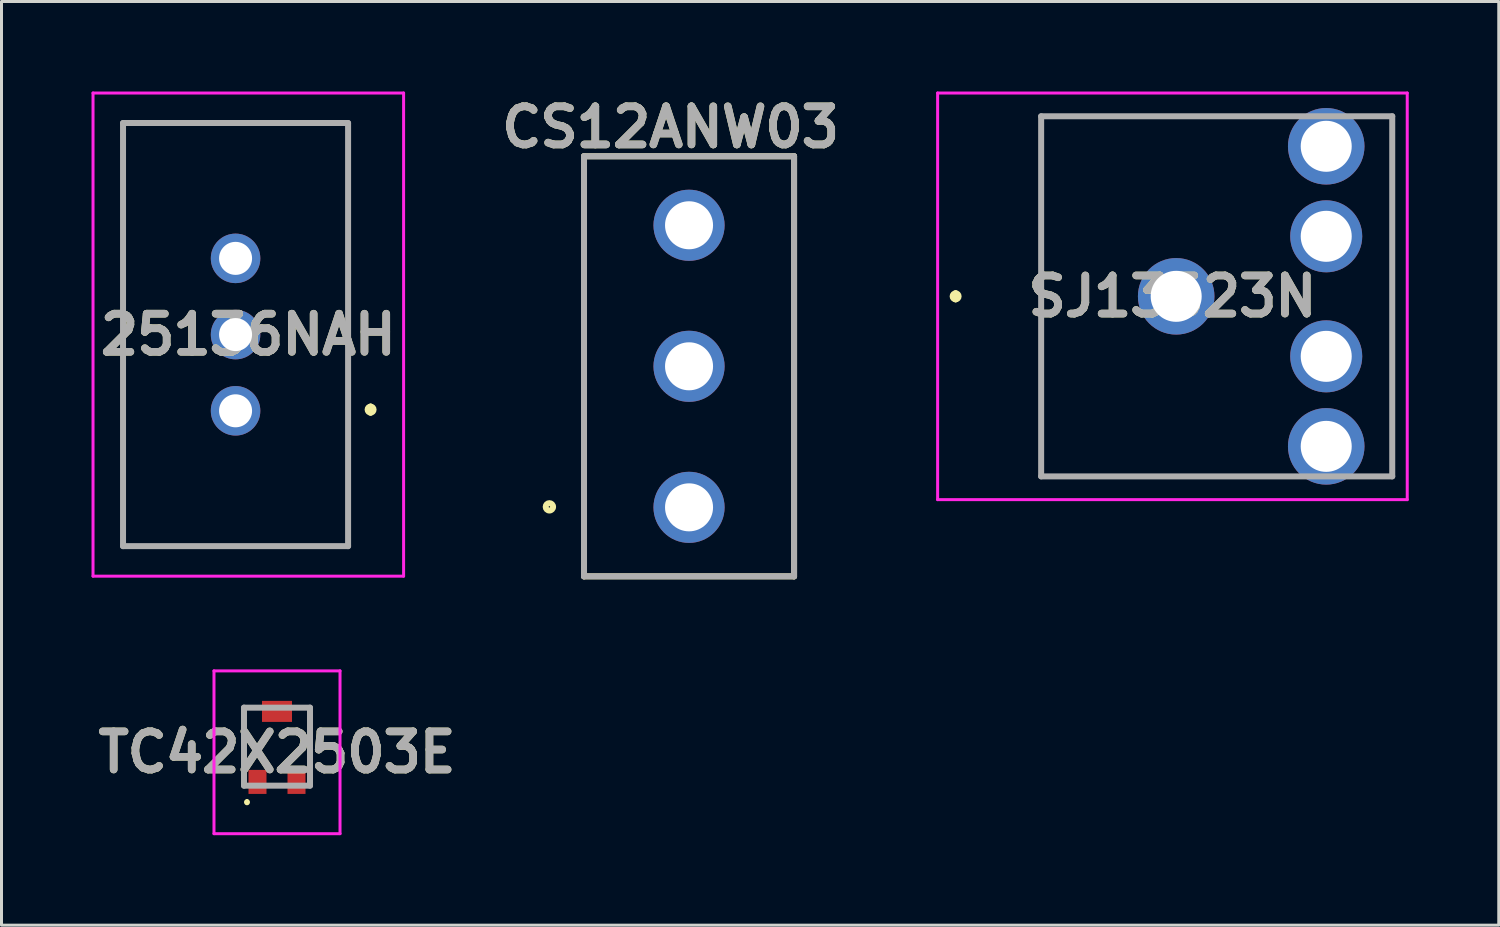
<source format=kicad_pcb>
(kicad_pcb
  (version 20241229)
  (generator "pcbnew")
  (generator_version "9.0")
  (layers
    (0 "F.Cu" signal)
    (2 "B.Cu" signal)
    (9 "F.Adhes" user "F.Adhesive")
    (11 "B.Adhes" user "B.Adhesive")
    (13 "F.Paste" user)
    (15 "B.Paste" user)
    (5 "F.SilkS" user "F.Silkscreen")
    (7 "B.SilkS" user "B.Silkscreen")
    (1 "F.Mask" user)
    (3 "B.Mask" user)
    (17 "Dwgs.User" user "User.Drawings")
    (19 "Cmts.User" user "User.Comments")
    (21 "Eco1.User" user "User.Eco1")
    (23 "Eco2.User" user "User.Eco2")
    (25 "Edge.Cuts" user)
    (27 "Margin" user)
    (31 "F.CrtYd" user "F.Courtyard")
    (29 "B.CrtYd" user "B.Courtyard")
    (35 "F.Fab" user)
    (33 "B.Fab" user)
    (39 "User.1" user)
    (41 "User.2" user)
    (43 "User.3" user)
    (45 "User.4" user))
  (footprint "CS12ANW03"
    (layer "F.Cu")
    (at 19.912 9.157)
    (property "Reference" "CS12ANW03" (at -0.614 -7.968 0) (layer "F.SilkS") (effects (font (size 1.27 1.27) (thickness 0.254))))
    (attr through_hole)
    (fp_line (start -3.5 -7) (end 3.5 -7) (stroke (width 0.2) (type solid)) (layer "F.SilkS"))
    (fp_line (start -3.5 7) (end -3.5 -7) (stroke (width 0.2) (type solid)) (layer "F.SilkS"))
    (fp_line (start 3.5 -7) (end 3.5 7) (stroke (width 0.2) (type solid)) (layer "F.SilkS"))
    (fp_line (start 3.5 7) (end -3.5 7) (stroke (width 0.2) (type solid)) (layer "F.SilkS"))
    (fp_circle (center -4.654 4.683) (end -4.654 4.806) (stroke (width 0.2) (type solid)) (fill no) (layer "F.SilkS"))
    (fp_line (start -3.5 -7) (end 3.5 -7) (stroke (width 0.2) (type solid)) (layer "F.Fab"))
    (fp_line (start -3.5 7) (end -3.5 -7) (stroke (width 0.2) (type solid)) (layer "F.Fab"))
    (fp_line (start 3.5 -7) (end 3.5 7) (stroke (width 0.2) (type solid)) (layer "F.Fab"))
    (fp_line (start 3.5 7) (end -3.5 7) (stroke (width 0.2) (type solid)) (layer "F.Fab"))
    (fp_text user "${REFERENCE}" (at -0.614 -7.968 0) (layer "F.Fab") (effects (font (size 1.27 1.27) (thickness 0.254))))
    (pad "1" thru_hole circle (at 0 4.7) (size 2.37 2.37) (drill 1.6) (layers "*.Cu" "*.Mask"))
    (pad "2" thru_hole circle (at 0 0) (size 2.37 2.37) (drill 1.6) (layers "*.Cu" "*.Mask"))
    (pad "3" thru_hole circle (at 0 -4.7) (size 2.37 2.37) (drill 1.6) (layers "*.Cu" "*.Mask")))
  (footprint "SJ13523N"
    (layer "F.Cu")
    (at 31.646 6.825)
    (property "Reference" "SJ13523N" (at 4.375 0 0) (layer "F.SilkS") (effects (font (size 1.27 1.27) (thickness 0.254))))
    (attr through_hole)
    (fp_line (start -2.85 -0.1) (end -2.85 -0.1) (stroke (width 0.2) (type solid)) (layer "F.SilkS"))
    (fp_line (start -2.85 0.1) (end -2.85 0.1) (stroke (width 0.2) (type solid)) (layer "F.SilkS"))
    (fp_line (start 0 -4) (end 0 4) (stroke (width 0.1) (type solid)) (layer "F.SilkS"))
    (fp_line (start 5.2 -6) (end 8.2 -6) (stroke (width 0.1) (type solid)) (layer "F.SilkS"))
    (fp_line (start 5.2 6) (end 8.2 6) (stroke (width 0.1) (type solid)) (layer "F.SilkS"))
    (fp_line (start 11.2 -6) (end 11.7 -6) (stroke (width 0.1) (type solid)) (layer "F.SilkS"))
    (fp_line (start 11.7 -6) (end 11.7 6) (stroke (width 0.1) (type solid)) (layer "F.SilkS"))
    (fp_line (start 11.7 6) (end 11.2 6) (stroke (width 0.1) (type solid)) (layer "F.SilkS"))
    (fp_arc (start -2.85 -0.1) (mid -2.75 0) (end -2.85 0.1) (stroke (width 0.2) (type solid)) (layer "F.SilkS"))
    (fp_arc (start -2.85 0.1) (mid -2.95 0) (end -2.85 -0.1) (stroke (width 0.2) (type solid)) (layer "F.SilkS"))
    (fp_line (start -3.45 -6.775) (end 12.2 -6.775) (stroke (width 0.1) (type solid)) (layer "F.CrtYd"))
    (fp_line (start -3.45 6.775) (end -3.45 -6.775) (stroke (width 0.1) (type solid)) (layer "F.CrtYd"))
    (fp_line (start 12.2 -6.775) (end 12.2 6.775) (stroke (width 0.1) (type solid)) (layer "F.CrtYd"))
    (fp_line (start 12.2 6.775) (end -3.45 6.775) (stroke (width 0.1) (type solid)) (layer "F.CrtYd"))
    (fp_line (start 0 -6) (end 11.7 -6) (stroke (width 0.2) (type solid)) (layer "F.Fab"))
    (fp_line (start 0 6) (end 0 -6) (stroke (width 0.2) (type solid)) (layer "F.Fab"))
    (fp_line (start 11.7 -6) (end 11.7 6) (stroke (width 0.2) (type solid)) (layer "F.Fab"))
    (fp_line (start 11.7 6) (end 0 6) (stroke (width 0.2) (type solid)) (layer "F.Fab"))
    (fp_text user "${REFERENCE}" (at 4.375 0 0) (layer "F.Fab") (effects (font (size 1.27 1.27) (thickness 0.254))))
    (pad "" np_thru_hole circle (at 2 -5) (size 0.001 0.001) (drill 1.2) (layers "*.Cu" "*.Mask"))
    (pad "" np_thru_hole circle (at 2 5) (size 0.001 0.001) (drill 1.2) (layers "*.Cu" "*.Mask"))
    (pad "" np_thru_hole circle (at 4.5 -5) (size 0.001 0.001) (drill 1.2) (layers "*.Cu" "*.Mask"))
    (pad "" np_thru_hole circle (at 4.5 5) (size 0.001 0.001) (drill 1.2) (layers "*.Cu" "*.Mask"))
    (pad "" np_thru_hole circle (at 9.5 0) (size 0.001 0.001) (drill 1.2) (layers "*.Cu" "*.Mask"))
    (pad "1" thru_hole circle (at 4.5 0) (size 2.55 2.55) (drill 1.7) (layers "*.Cu" "*.Mask"))
    (pad "2" thru_hole circle (at 9.5 5) (size 2.55 2.55) (drill 1.7) (layers "*.Cu" "*.Mask"))
    (pad "3" thru_hole circle (at 9.5 -5) (size 2.55 2.55) (drill 1.7) (layers "*.Cu" "*.Mask"))
    (pad "10" thru_hole circle (at 9.5 2) (size 2.4 2.4) (drill 1.7) (layers "*.Cu" "*.Mask"))
    (pad "11" thru_hole circle (at 9.5 -2) (size 2.4 2.4) (drill 1.7) (layers "*.Cu" "*.Mask")))
  (footprint "TC42X2503E"
    (layer "F.Cu")
    (at 6.181 21.832)
    (property "Reference" "TC42X2503E" (at 0 0.187 0) (layer "F.SilkS") (effects (font (size 1.27 1.27) (thickness 0.254))))
    (attr smd)
    (fp_line (start -1.1 -1.3) (end -1.1 0.6) (stroke (width 0.1) (type solid)) (layer "F.SilkS"))
    (fp_line (start -1 1.8) (end -1 1.8) (stroke (width 0.1) (type solid)) (layer "F.SilkS"))
    (fp_line (start -1 1.9) (end -1 1.9) (stroke (width 0.1) (type solid)) (layer "F.SilkS"))
    (fp_line (start -0.8 -1.3) (end -1.1 -1.3) (stroke (width 0.1) (type solid)) (layer "F.SilkS"))
    (fp_line (start 0.8 -1.3) (end 1.1 -1.3) (stroke (width 0.1) (type solid)) (layer "F.SilkS"))
    (fp_line (start 1.1 -1.3) (end 1.1 0.6) (stroke (width 0.1) (type solid)) (layer "F.SilkS"))
    (fp_arc (start -1 1.8) (mid -0.95 1.85) (end -1 1.9) (stroke (width 0.1) (type solid)) (layer "F.SilkS"))
    (fp_arc (start -1 1.9) (mid -1.05 1.85) (end -1 1.8) (stroke (width 0.1) (type solid)) (layer "F.SilkS"))
    (fp_line (start -2.1 -2.525) (end 2.1 -2.525) (stroke (width 0.1) (type solid)) (layer "F.CrtYd"))
    (fp_line (start -2.1 2.9) (end -2.1 -2.525) (stroke (width 0.1) (type solid)) (layer "F.CrtYd"))
    (fp_line (start 2.1 -2.525) (end 2.1 2.9) (stroke (width 0.1) (type solid)) (layer "F.CrtYd"))
    (fp_line (start 2.1 2.9) (end -2.1 2.9) (stroke (width 0.1) (type solid)) (layer "F.CrtYd"))
    (fp_line (start -1.1 -1.3) (end 1.1 -1.3) (stroke (width 0.2) (type solid)) (layer "F.Fab"))
    (fp_line (start -1.1 1.3) (end -1.1 -1.3) (stroke (width 0.2) (type solid)) (layer "F.Fab"))
    (fp_line (start 1.1 -1.3) (end 1.1 1.3) (stroke (width 0.2) (type solid)) (layer "F.Fab"))
    (fp_line (start 1.1 1.3) (end -1.1 1.3) (stroke (width 0.2) (type solid)) (layer "F.Fab"))
    (fp_text user "${REFERENCE}" (at 0 0.187 0) (layer "F.Fab") (effects (font (size 1.27 1.27) (thickness 0.254))))
    (pad "1" smd rect (at -0.65 1.175) (size 0.6 0.8) (layers "F.Cu" "F.Mask" "F.Paste"))
    (pad "2" smd rect (at 0 -1.175 90) (size 0.7 1) (layers "F.Cu" "F.Mask" "F.Paste"))
    (pad "3" smd rect (at 0.65 1.175) (size 0.6 0.8) (layers "F.Cu" "F.Mask" "F.Paste")))
  (footprint "25136NAH"
    (layer "F.Cu")
    (at 5.225 8.1)
    (property "Reference" "25136NAH" (at 0 0 0) (layer "F.SilkS") (effects (font (size 1.27 1.27) (thickness 0.254))))
    (attr through_hole)
    (fp_line (start -4.175 -7.05) (end 3.325 -7.05) (stroke (width 0.1) (type solid)) (layer "F.SilkS"))
    (fp_line (start -4.175 7.05) (end -4.175 -7.05) (stroke (width 0.1) (type solid)) (layer "F.SilkS"))
    (fp_line (start 3.325 -7.05) (end 3.325 7.05) (stroke (width 0.1) (type solid)) (layer "F.SilkS"))
    (fp_line (start 3.325 7.05) (end -4.175 7.05) (stroke (width 0.1) (type solid)) (layer "F.SilkS"))
    (fp_line (start 4.075 2.4) (end 4.075 2.4) (stroke (width 0.2) (type solid)) (layer "F.SilkS"))
    (fp_line (start 4.075 2.6) (end 4.075 2.6) (stroke (width 0.2) (type solid)) (layer "F.SilkS"))
    (fp_arc (start 4.075 2.4) (mid 4.175 2.5) (end 4.075 2.6) (stroke (width 0.2) (type solid)) (layer "F.SilkS"))
    (fp_arc (start 4.075 2.6) (mid 3.975 2.5) (end 4.075 2.4) (stroke (width 0.2) (type solid)) (layer "F.SilkS"))
    (fp_line (start -5.175 -8.05) (end 5.175 -8.05) (stroke (width 0.1) (type solid)) (layer "F.CrtYd"))
    (fp_line (start -5.175 8.05) (end -5.175 -8.05) (stroke (width 0.1) (type solid)) (layer "F.CrtYd"))
    (fp_line (start 5.175 -8.05) (end 5.175 8.05) (stroke (width 0.1) (type solid)) (layer "F.CrtYd"))
    (fp_line (start 5.175 8.05) (end -5.175 8.05) (stroke (width 0.1) (type solid)) (layer "F.CrtYd"))
    (fp_line (start -4.175 -7.05) (end 3.325 -7.05) (stroke (width 0.2) (type solid)) (layer "F.Fab"))
    (fp_line (start -4.175 7.05) (end -4.175 -7.05) (stroke (width 0.2) (type solid)) (layer "F.Fab"))
    (fp_line (start 3.325 -7.05) (end 3.325 7.05) (stroke (width 0.2) (type solid)) (layer "F.Fab"))
    (fp_line (start 3.325 7.05) (end -4.175 7.05) (stroke (width 0.2) (type solid)) (layer "F.Fab"))
    (fp_text user "${REFERENCE}" (at 0 0 0) (layer "F.Fab") (effects (font (size 1.27 1.27) (thickness 0.254))))
    (pad "1" thru_hole circle (at -0.425 2.54) (size 1.65 1.65) (drill 1.1) (layers "*.Cu" "*.Mask"))
    (pad "2" thru_hole circle (at -0.425 0) (size 1.65 1.65) (drill 1.1) (layers "*.Cu" "*.Mask"))
    (pad "3" thru_hole circle (at -0.425 -2.54) (size 1.65 1.65) (drill 1.1) (layers "*.Cu" "*.Mask")))
  (gr_rect
    (start -3 -3)
    (end 46.896 27.782)
    (stroke (width 0.1) (type default))
    (fill no)
    (layer "Edge.Cuts")))
</source>
